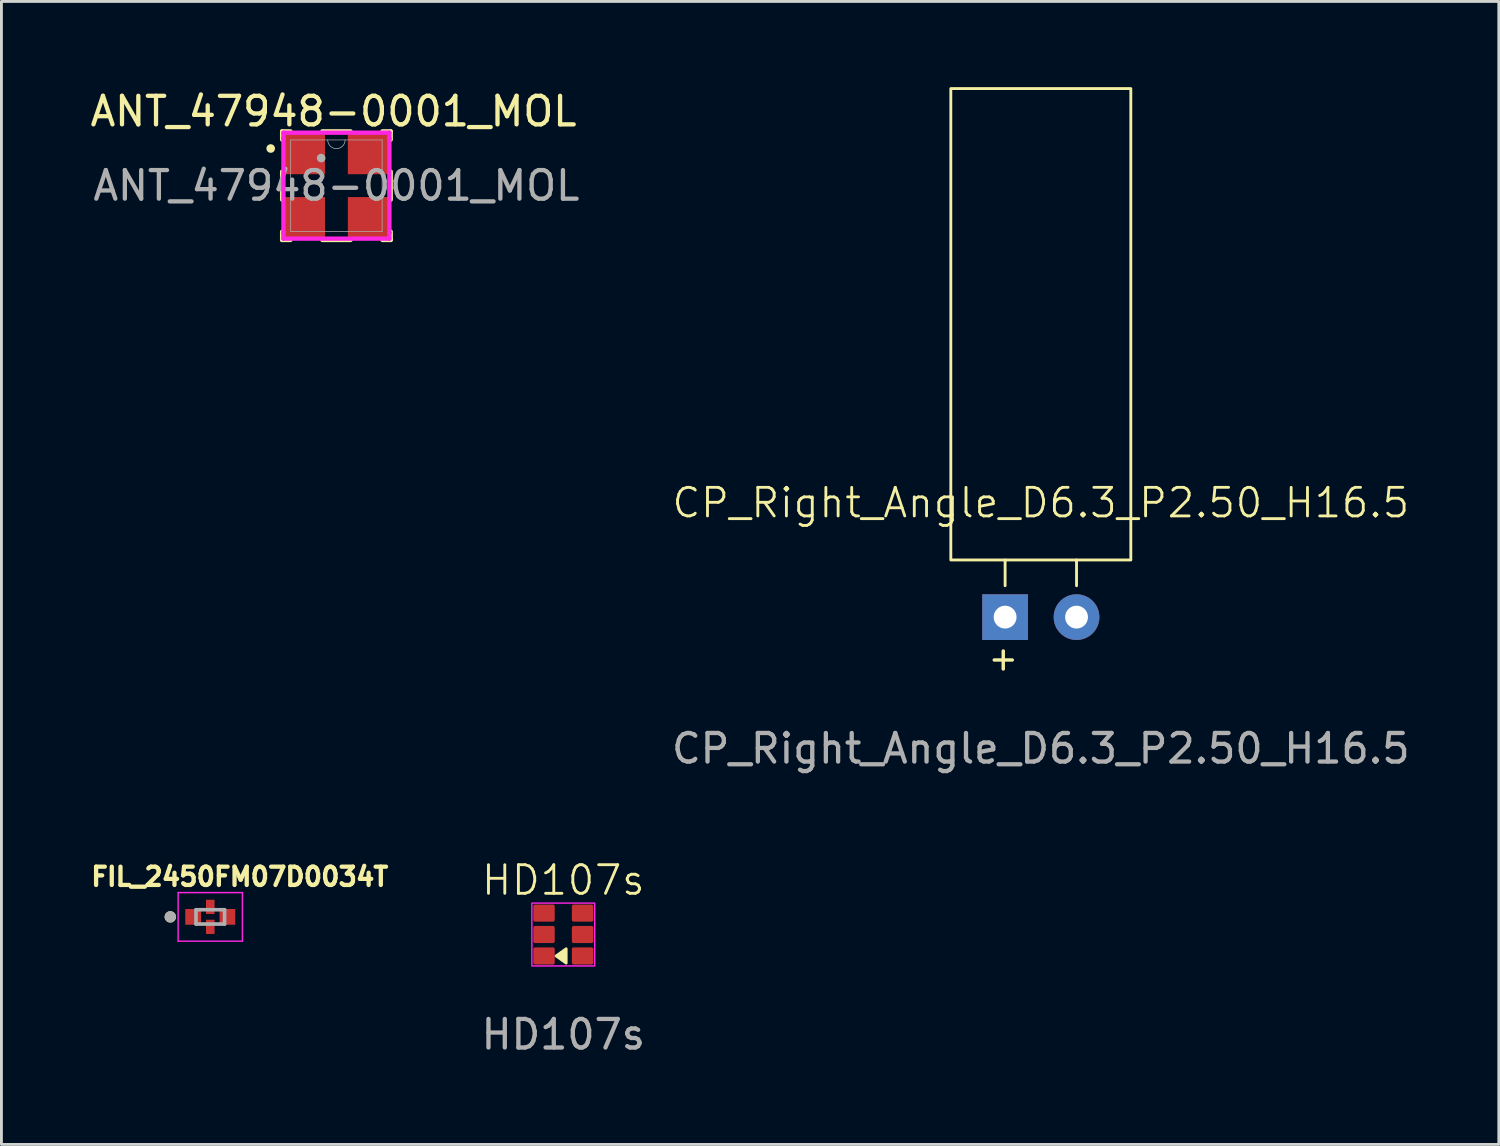
<source format=kicad_pcb>
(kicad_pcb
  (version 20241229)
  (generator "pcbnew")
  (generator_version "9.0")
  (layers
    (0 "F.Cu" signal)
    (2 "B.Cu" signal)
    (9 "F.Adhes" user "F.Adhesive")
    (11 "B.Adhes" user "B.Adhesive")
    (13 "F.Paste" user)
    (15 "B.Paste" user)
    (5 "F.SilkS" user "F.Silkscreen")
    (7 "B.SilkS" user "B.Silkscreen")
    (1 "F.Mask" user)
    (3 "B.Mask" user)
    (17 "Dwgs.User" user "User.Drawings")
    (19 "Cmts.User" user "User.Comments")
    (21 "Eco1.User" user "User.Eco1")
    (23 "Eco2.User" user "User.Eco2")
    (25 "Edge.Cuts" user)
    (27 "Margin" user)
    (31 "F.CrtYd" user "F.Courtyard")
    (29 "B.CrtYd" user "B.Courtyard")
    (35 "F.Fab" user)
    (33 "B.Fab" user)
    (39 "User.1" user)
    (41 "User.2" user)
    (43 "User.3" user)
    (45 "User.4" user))
  (footprint "CP_Right_Angle_D6.3_P2.50_H16.5"
    (layer "F.Cu")
    (at 33.38 18.55)
    (property "Reference" "CP_Right_Angle_D6.3_P2.50_H16.5" (at 0 -4 0) (unlocked yes) (layer "F.SilkS") (effects (font (size 1 1) (thickness 0.1))))
    (attr through_hole)
    (fp_line (start -1.63 1.5) (end -1 1.5) (stroke (width 0.12) (type solid)) (layer "F.SilkS"))
    (fp_line (start -1.315 1.185) (end -1.315 1.815) (stroke (width 0.12) (type solid)) (layer "F.SilkS"))
    (fp_line (start -1.25 -2) (end -1.25 -1.1) (stroke (width 0.1) (type default)) (layer "F.SilkS"))
    (fp_line (start 1.25 -2) (end 1.25 -1.1) (stroke (width 0.1) (type default)) (layer "F.SilkS"))
    (fp_rect (start -3.15 -18.5) (end 3.15 -2) (stroke (width 0.1) (type default)) (fill no) (layer "F.SilkS"))
    (fp_text user "${REFERENCE}" (at 0 4.6 0) (unlocked yes) (layer "F.Fab") (effects (font (size 1 1) (thickness 0.15))))
    (pad "1" thru_hole rect (at -1.25 0) (size 1.6 1.6) (drill 0.8) (layers "*.Cu" "*.Mask"))
    (pad "2" thru_hole circle (at 1.25 0) (size 1.6 1.6) (drill 0.8) (layers "*.Cu" "*.Mask")))
  (footprint "FIL_2450FM07D0034T"
    (layer "F.Cu")
    (at 4.31 29.042)
    (property "Reference" "FIL_2450FM07D0034T" (at 1.032 -1.406 0) (layer "F.SilkS") (effects (font (size 0.64 0.64) (thickness 0.15))))
    (attr smd)
    (fp_circle (center -1.4 0) (end -1.3 0) (stroke (width 0.2) (type solid)) (fill no) (layer "F.SilkS"))
    (fp_line (start -1.125 -0.85) (end -1.125 0.85) (stroke (width 0.05) (type solid)) (layer "F.CrtYd"))
    (fp_line (start -1.125 0.85) (end 1.125 0.85) (stroke (width 0.05) (type solid)) (layer "F.CrtYd"))
    (fp_line (start 1.125 -0.85) (end -1.125 -0.85) (stroke (width 0.05) (type solid)) (layer "F.CrtYd"))
    (fp_line (start 1.125 0.85) (end 1.125 -0.85) (stroke (width 0.05) (type solid)) (layer "F.CrtYd"))
    (fp_line (start -0.5 -0.25) (end -0.5 0.25) (stroke (width 0.127) (type solid)) (layer "F.Fab"))
    (fp_line (start -0.5 0.25) (end 0.5 0.25) (stroke (width 0.127) (type solid)) (layer "F.Fab"))
    (fp_line (start 0.5 -0.25) (end -0.5 -0.25) (stroke (width 0.127) (type solid)) (layer "F.Fab"))
    (fp_line (start 0.5 0.25) (end 0.5 -0.25) (stroke (width 0.127) (type solid)) (layer "F.Fab"))
    (fp_circle (center -1.4 0) (end -1.3 0) (stroke (width 0.2) (type solid)) (fill no) (layer "F.Fab"))
    (pad "1" smd rect (at -0.6 0) (size 0.55 0.55) (layers "F.Cu" "F.Mask" "F.Paste"))
    (pad "2" smd rect (at 0 0.35) (size 0.3 0.5) (layers "F.Cu" "F.Mask" "F.Paste"))
    (pad "3" smd rect (at 0.6 0) (size 0.55 0.55) (layers "F.Cu" "F.Mask" "F.Paste"))
    (pad "4" smd rect (at 0 -0.35) (size 0.3 0.5) (layers "F.Cu" "F.Mask" "F.Paste")))
  (footprint "HD107s"
    (layer "F.Cu")
    (at 16.666 29.659)
    (property "Reference" "HD107s" (at 0 -1.9 0) (unlocked yes) (layer "F.SilkS") (effects (font (size 1 1) (thickness 0.1))))
    (attr smd)
    (fp_poly (pts (xy -0.25 0.75) (xy 0.1 0.5) (xy 0.1 1)) (stroke (width 0.1) (type solid)) (fill yes) (layer "F.SilkS"))
    (fp_rect (start -1.1 -1.1) (end 1.1 1.1) (stroke (width 0.05) (type default)) (fill no) (layer "F.CrtYd"))
    (fp_text user "${REFERENCE}" (at 0 3.5 0) (unlocked yes) (layer "F.Fab") (effects (font (size 1 1) (thickness 0.15))))
    (pad "" smd roundrect (at -0.675 -0.75) (size 0.65 0.5) (layers "F.Mask" "F.Paste") (roundrect_rratio 0.1))
    (pad "" smd roundrect (at -0.675 0) (size 0.65 0.5) (layers "F.Mask" "F.Paste") (roundrect_rratio 0.1))
    (pad "" smd roundrect (at -0.675 0.75) (size 0.65 0.5) (layers "F.Mask" "F.Paste") (roundrect_rratio 0.1))
    (pad "" smd roundrect (at 0.675 -0.75) (size 0.65 0.5) (layers "F.Mask" "F.Paste") (roundrect_rratio 0.1))
    (pad "" smd roundrect (at 0.675 0) (size 0.65 0.5) (layers "F.Mask" "F.Paste") (roundrect_rratio 0.1))
    (pad "" smd roundrect (at 0.675 0.75) (size 0.65 0.5) (layers "F.Mask" "F.Paste") (roundrect_rratio 0.1))
    (pad "1" smd roundrect (at -0.675 -0.75) (size 0.75 0.6) (layers "F.Cu") (roundrect_rratio 0.1))
    (pad "2" smd roundrect (at -0.675 0) (size 0.75 0.6) (layers "F.Cu") (roundrect_rratio 0.1))
    (pad "3" smd roundrect (at -0.675 0.75) (size 0.75 0.6) (layers "F.Cu") (roundrect_rratio 0.1))
    (pad "4" smd roundrect (at 0.675 -0.75) (size 0.75 0.6) (layers "F.Cu") (roundrect_rratio 0.1))
    (pad "5" smd roundrect (at 0.675 0) (size 0.75 0.6) (layers "F.Cu") (roundrect_rratio 0.1))
    (pad "6" smd roundrect (at 0.675 0.75) (size 0.75 0.6) (layers "F.Cu") (roundrect_rratio 0.1)))
  (footprint "ANT_47948-0001_MOL"
    (layer "F.Cu")
    (at 8.725 3.448)
    (property "Reference" "ANT_47948-0001_MOL" (at -0.1 -2.6 0) (unlocked yes) (layer "F.SilkS") (effects (font (size 1 1) (thickness 0.15))))
    (attr smd)
    (fp_line (start -1.9 -1.9) (end -1.9 -1.611) (stroke (width 0.152) (type solid)) (layer "F.SilkS"))
    (fp_line (start -1.9 -0.492) (end -1.9 0.492) (stroke (width 0.152) (type solid)) (layer "F.SilkS"))
    (fp_line (start -1.9 1.611) (end -1.9 1.9) (stroke (width 0.152) (type solid)) (layer "F.SilkS"))
    (fp_line (start -1.9 1.9) (end -1.609 1.9) (stroke (width 0.152) (type solid)) (layer "F.SilkS"))
    (fp_line (start -1.609 -1.9) (end -1.9 -1.9) (stroke (width 0.152) (type solid)) (layer "F.SilkS"))
    (fp_line (start -0.494 1.9) (end 0.494 1.9) (stroke (width 0.152) (type solid)) (layer "F.SilkS"))
    (fp_line (start 0.494 -1.9) (end -0.494 -1.9) (stroke (width 0.152) (type solid)) (layer "F.SilkS"))
    (fp_line (start 1.609 1.9) (end 1.9 1.9) (stroke (width 0.152) (type solid)) (layer "F.SilkS"))
    (fp_line (start 1.9 -1.9) (end 1.609 -1.9) (stroke (width 0.152) (type solid)) (layer "F.SilkS"))
    (fp_line (start 1.9 -1.611) (end 1.9 -1.9) (stroke (width 0.152) (type solid)) (layer "F.SilkS"))
    (fp_line (start 1.9 0.492) (end 1.9 -0.492) (stroke (width 0.152) (type solid)) (layer "F.SilkS"))
    (fp_line (start 1.9 1.9) (end 1.9 1.611) (stroke (width 0.152) (type solid)) (layer "F.SilkS"))
    (fp_circle (center -2.3 -1.3) (end -2.224 -1.3) (stroke (width 0.152) (type solid)) (fill no) (layer "F.SilkS"))
    (fp_line (start -1.854 -1.854) (end 1.854 -1.854) (stroke (width 0.152) (type solid)) (layer "F.CrtYd"))
    (fp_line (start -1.854 -1.651) (end -1.854 -1.854) (stroke (width 0.152) (type solid)) (layer "F.CrtYd"))
    (fp_line (start -1.854 -1.651) (end -1.854 -1.651) (stroke (width 0.152) (type solid)) (layer "F.CrtYd"))
    (fp_line (start -1.854 1.651) (end -1.854 -1.651) (stroke (width 0.152) (type solid)) (layer "F.CrtYd"))
    (fp_line (start -1.854 1.651) (end -1.854 1.651) (stroke (width 0.152) (type solid)) (layer "F.CrtYd"))
    (fp_line (start -1.854 1.854) (end -1.854 1.651) (stroke (width 0.152) (type solid)) (layer "F.CrtYd"))
    (fp_line (start 1.854 -1.854) (end 1.854 -1.651) (stroke (width 0.152) (type solid)) (layer "F.CrtYd"))
    (fp_line (start 1.854 -1.651) (end 1.854 -1.651) (stroke (width 0.152) (type solid)) (layer "F.CrtYd"))
    (fp_line (start 1.854 -1.651) (end 1.854 1.651) (stroke (width 0.152) (type solid)) (layer "F.CrtYd"))
    (fp_line (start 1.854 1.651) (end 1.854 1.651) (stroke (width 0.152) (type solid)) (layer "F.CrtYd"))
    (fp_line (start 1.854 1.651) (end 1.854 1.854) (stroke (width 0.152) (type solid)) (layer "F.CrtYd"))
    (fp_line (start 1.854 1.854) (end -1.854 1.854) (stroke (width 0.152) (type solid)) (layer "F.CrtYd"))
    (fp_line (start -1.6 -1.6) (end -1.6 1.6) (stroke (width 0.025) (type solid)) (layer "F.Fab"))
    (fp_line (start -1.6 1.6) (end 1.6 1.6) (stroke (width 0.025) (type solid)) (layer "F.Fab"))
    (fp_line (start 1.6 -1.6) (end -1.6 -1.6) (stroke (width 0.025) (type solid)) (layer "F.Fab"))
    (fp_line (start 1.6 1.6) (end 1.6 -1.6) (stroke (width 0.025) (type solid)) (layer "F.Fab"))
    (fp_arc (start 0.3048 -1.6002) (mid 0 -1.2954) (end -0.3048 -1.6002) (stroke (width 0.0254) (type solid)) (layer "F.Fab"))
    (fp_circle (center -0.533 -0.965) (end -0.533 -0.965) (stroke (width 0.152) (type solid)) (fill no) (layer "F.Fab"))
    (fp_text user "${REFERENCE}" (at 0 0 0) (unlocked yes) (layer "F.Fab") (effects (font (size 1 1) (thickness 0.15))))
    (pad "1" smd rect (at -1.1 -1.1) (size 1.4 1.4) (layers "F.Cu" "F.Mask" "F.Paste"))
    (pad "2" smd rect (at -1.1 1.1) (size 1.4 1.4) (layers "F.Cu" "F.Mask" "F.Paste"))
    (pad "3" smd rect (at 1.1 1.1) (size 1.4 1.4) (layers "F.Cu" "F.Mask" "F.Paste"))
    (pad "4" smd rect (at 1.1 -1.1) (size 1.4 1.4) (layers "F.Cu" "F.Mask" "F.Paste")))
  (gr_rect
    (start -3 -3)
    (end 49.41 37.007)
    (stroke (width 0.1) (type default))
    (fill no)
    (layer "Edge.Cuts")))
</source>
